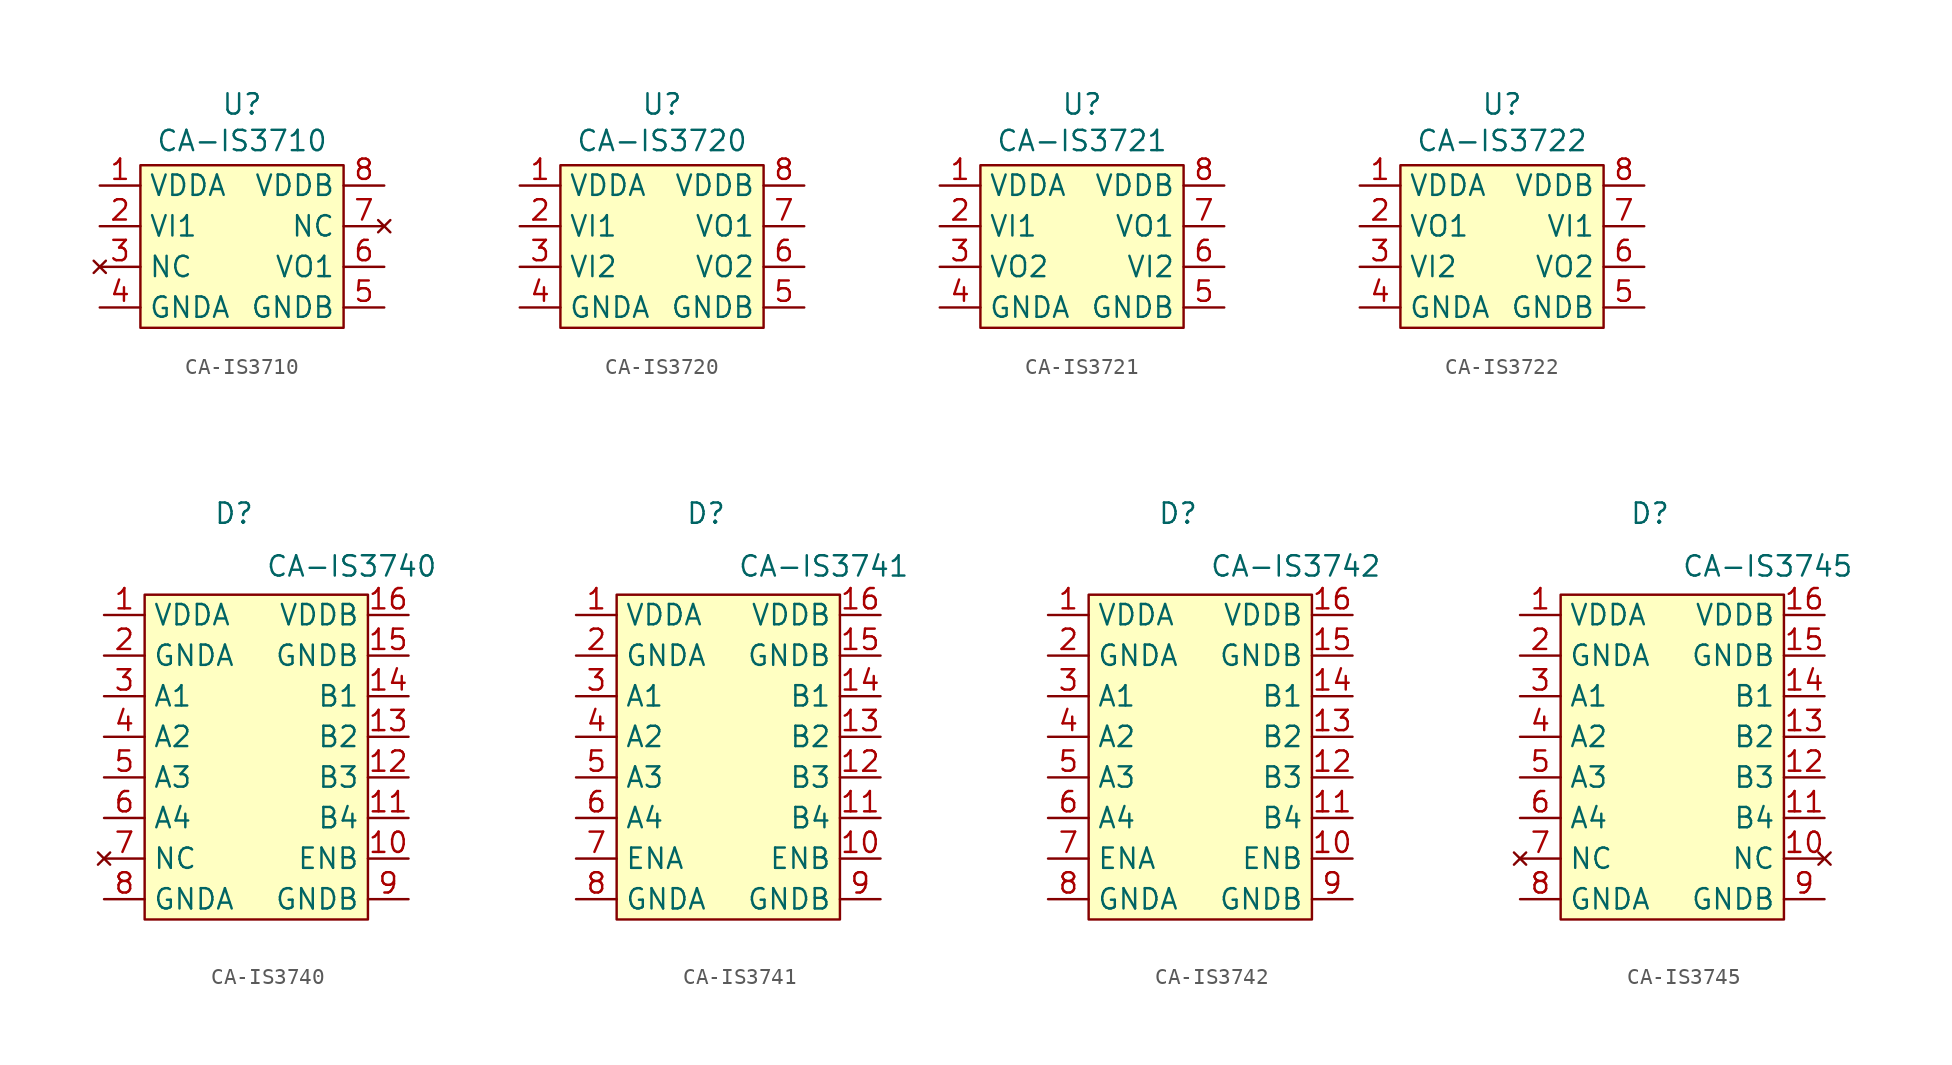
<source format=kicad_sym>
(kicad_symbol_lib
  (version 20231120)
  (generator "kicad_symbol_editor")
  (generator_version "8.0")
  (symbol "CA-IS3710"
    (property "Reference" "U"
      (at 0 8.89 0)
      (effects (font (size 1.27 1.27))))
    (property "Value" "CA-IS3710"
      (at 0 6.604 0)
      (effects (font (size 1.27 1.27))))
    (symbol "CA-IS3710_0_0"
      (pin power_in line (at -8.89 3.81 0) (length 2.54) (name "VDDA" (effects (font (size 1.27 1.27)))) (number "1" (effects (font (size 1.27 1.27)))))
      (pin input line (at -8.89 1.27 0) (length 2.54) (name "VI1" (effects (font (size 1.27 1.27)))) (number "2" (effects (font (size 1.27 1.27)))))
      (pin no_connect line (at -8.89 -1.27 0) (length 2.54) (name "NC" (effects (font (size 1.27 1.27)))) (number "3" (effects (font (size 1.27 1.27)))))
      (pin power_in line (at -8.89 -3.81 0) (length 2.54) (name "GNDA" (effects (font (size 1.27 1.27)))) (number "4" (effects (font (size 1.27 1.27)))))
      (pin power_in line (at 8.89 -3.81 180) (length 2.54) (name "GNDB" (effects (font (size 1.27 1.27)))) (number "5" (effects (font (size 1.27 1.27)))))
      (pin output line (at 8.89 -1.27 180) (length 2.54) (name "VO1" (effects (font (size 1.27 1.27)))) (number "6" (effects (font (size 1.27 1.27)))))
      (pin no_connect line (at 8.89 1.27 180) (length 2.54) (name "NC" (effects (font (size 1.27 1.27)))) (number "7" (effects (font (size 1.27 1.27)))))
      (pin power_in line (at 8.89 3.81 180) (length 2.54) (name "VDDB" (effects (font (size 1.27 1.27)))) (number "8" (effects (font (size 1.27 1.27))))))
    (symbol "CA-IS3710_1_1"
      (rectangle (start -6.35 5.08) (end 6.35 -5.08) (stroke (width 0) (type default)) (fill (type background)))))
  (symbol "CA-IS3720"
    (property "Reference" "U"
      (at 0 8.89 0)
      (effects (font (size 1.27 1.27))))
    (property "Value" "CA-IS3720"
      (at 0 6.604 0)
      (effects (font (size 1.27 1.27))))
    (symbol "CA-IS3720_0_0"
      (pin power_in line (at -8.89 3.81 0) (length 2.54) (name "VDDA" (effects (font (size 1.27 1.27)))) (number "1" (effects (font (size 1.27 1.27)))))
      (pin input line (at -8.89 1.27 0) (length 2.54) (name "VI1" (effects (font (size 1.27 1.27)))) (number "2" (effects (font (size 1.27 1.27)))))
      (pin power_in line (at -8.89 -3.81 0) (length 2.54) (name "GNDA" (effects (font (size 1.27 1.27)))) (number "4" (effects (font (size 1.27 1.27)))))
      (pin power_in line (at 8.89 -3.81 180) (length 2.54) (name "GNDB" (effects (font (size 1.27 1.27)))) (number "5" (effects (font (size 1.27 1.27)))))
      (pin power_in line (at 8.89 3.81 180) (length 2.54) (name "VDDB" (effects (font (size 1.27 1.27)))) (number "8" (effects (font (size 1.27 1.27))))))
    (symbol "CA-IS3720_1_0"
      (pin input line (at -8.89 -1.27 0) (length 2.54) (name "VI2" (effects (font (size 1.27 1.27)))) (number "3" (effects (font (size 1.27 1.27)))))
      (pin output line (at 8.89 -1.27 180) (length 2.54) (name "VO2" (effects (font (size 1.27 1.27)))) (number "6" (effects (font (size 1.27 1.27)))))
      (pin output line (at 8.89 1.27 180) (length 2.54) (name "VO1" (effects (font (size 1.27 1.27)))) (number "7" (effects (font (size 1.27 1.27))))))
    (symbol "CA-IS3720_1_1"
      (rectangle (start -6.35 5.08) (end 6.35 -5.08) (stroke (width 0) (type default)) (fill (type background)))))
  (symbol "CA-IS3721"
    (property "Reference" "U"
      (at 0 8.89 0)
      (effects (font (size 1.27 1.27))))
    (property "Value" "CA-IS3721"
      (at 0 6.604 0)
      (effects (font (size 1.27 1.27))))
    (symbol "CA-IS3721_0_0"
      (pin power_in line (at -8.89 3.81 0) (length 2.54) (name "VDDA" (effects (font (size 1.27 1.27)))) (number "1" (effects (font (size 1.27 1.27)))))
      (pin input line (at -8.89 1.27 0) (length 2.54) (name "VI1" (effects (font (size 1.27 1.27)))) (number "2" (effects (font (size 1.27 1.27)))))
      (pin power_in line (at -8.89 -3.81 0) (length 2.54) (name "GNDA" (effects (font (size 1.27 1.27)))) (number "4" (effects (font (size 1.27 1.27)))))
      (pin power_in line (at 8.89 -3.81 180) (length 2.54) (name "GNDB" (effects (font (size 1.27 1.27)))) (number "5" (effects (font (size 1.27 1.27)))))
      (pin power_in line (at 8.89 3.81 180) (length 2.54) (name "VDDB" (effects (font (size 1.27 1.27)))) (number "8" (effects (font (size 1.27 1.27))))))
    (symbol "CA-IS3721_1_0"
      (pin input line (at -8.89 -1.27 0) (length 2.54) (name "VO2" (effects (font (size 1.27 1.27)))) (number "3" (effects (font (size 1.27 1.27)))))
      (pin output line (at 8.89 -1.27 180) (length 2.54) (name "VI2" (effects (font (size 1.27 1.27)))) (number "6" (effects (font (size 1.27 1.27)))))
      (pin output line (at 8.89 1.27 180) (length 2.54) (name "VO1" (effects (font (size 1.27 1.27)))) (number "7" (effects (font (size 1.27 1.27))))))
    (symbol "CA-IS3721_1_1"
      (rectangle (start -6.35 5.08) (end 6.35 -5.08) (stroke (width 0) (type default)) (fill (type background)))))
  (symbol "CA-IS3722"
    (property "Reference" "U"
      (at 0 8.89 0)
      (effects (font (size 1.27 1.27))))
    (property "Value" "CA-IS3722"
      (at 0 6.604 0)
      (effects (font (size 1.27 1.27))))
    (symbol "CA-IS3722_0_0"
      (pin power_in line (at -8.89 3.81 0) (length 2.54) (name "VDDA" (effects (font (size 1.27 1.27)))) (number "1" (effects (font (size 1.27 1.27)))))
      (pin power_in line (at -8.89 -3.81 0) (length 2.54) (name "GNDA" (effects (font (size 1.27 1.27)))) (number "4" (effects (font (size 1.27 1.27)))))
      (pin power_in line (at 8.89 -3.81 180) (length 2.54) (name "GNDB" (effects (font (size 1.27 1.27)))) (number "5" (effects (font (size 1.27 1.27)))))
      (pin power_in line (at 8.89 3.81 180) (length 2.54) (name "VDDB" (effects (font (size 1.27 1.27)))) (number "8" (effects (font (size 1.27 1.27))))))
    (symbol "CA-IS3722_1_0"
      (pin input line (at -8.89 1.27 0) (length 2.54) (name "VO1" (effects (font (size 1.27 1.27)))) (number "2" (effects (font (size 1.27 1.27)))))
      (pin input line (at -8.89 -1.27 0) (length 2.54) (name "VI2" (effects (font (size 1.27 1.27)))) (number "3" (effects (font (size 1.27 1.27)))))
      (pin output line (at 8.89 -1.27 180) (length 2.54) (name "VO2" (effects (font (size 1.27 1.27)))) (number "6" (effects (font (size 1.27 1.27)))))
      (pin output line (at 8.89 1.27 180) (length 2.54) (name "VI1" (effects (font (size 1.27 1.27)))) (number "7" (effects (font (size 1.27 1.27))))))
    (symbol "CA-IS3722_1_1"
      (rectangle (start -6.35 5.08) (end 6.35 -5.08) (stroke (width 0) (type default)) (fill (type background)))))
  (symbol "CA-IS3740"
    (property "Reference" "D"
      (at -0.762 13.97 0)
      (effects (font (size 1.27 1.27))))
    (property "Value" "CA-IS3740"
      (at 6.604 10.668 0)
      (effects (font (size 1.27 1.27))))
    (symbol "CA-IS3740_0_0"
      (pin power_in line (at -8.89 7.62 0) (length 2.54) (name "VDDA" (effects (font (size 1.27 1.27)))) (number "1" (effects (font (size 1.27 1.27)))))
      (pin input line (at 10.16 -7.62 180) (length 2.54) (name "ENB" (effects (font (size 1.27 1.27)))) (number "10" (effects (font (size 1.27 1.27)))))
      (pin output line (at 10.16 -5.08 180) (length 2.54) (name "B4" (effects (font (size 1.27 1.27)))) (number "11" (effects (font (size 1.27 1.27)))))
      (pin output line (at 10.16 -2.54 180) (length 2.54) (name "B3" (effects (font (size 1.27 1.27)))) (number "12" (effects (font (size 1.27 1.27)))))
      (pin output line (at 10.16 0 180) (length 2.54) (name "B2" (effects (font (size 1.27 1.27)))) (number "13" (effects (font (size 1.27 1.27)))))
      (pin output line (at 10.16 2.54 180) (length 2.54) (name "B1" (effects (font (size 1.27 1.27)))) (number "14" (effects (font (size 1.27 1.27)))))
      (pin power_in line (at 10.16 5.08 180) (length 2.54) (name "GNDB" (effects (font (size 1.27 1.27)))) (number "15" (effects (font (size 1.27 1.27)))))
      (pin power_in line (at 10.16 7.62 180) (length 2.54) (name "VDDB" (effects (font (size 1.27 1.27)))) (number "16" (effects (font (size 1.27 1.27)))))
      (pin power_in line (at -8.89 5.08 0) (length 2.54) (name "GNDA" (effects (font (size 1.27 1.27)))) (number "2" (effects (font (size 1.27 1.27)))))
      (pin input line (at -8.89 2.54 0) (length 2.54) (name "A1" (effects (font (size 1.27 1.27)))) (number "3" (effects (font (size 1.27 1.27)))))
      (pin input line (at -8.89 0 0) (length 2.54) (name "A2" (effects (font (size 1.27 1.27)))) (number "4" (effects (font (size 1.27 1.27)))))
      (pin input line (at -8.89 -2.54 0) (length 2.54) (name "A3" (effects (font (size 1.27 1.27)))) (number "5" (effects (font (size 1.27 1.27)))))
      (pin input line (at -8.89 -5.08 0) (length 2.54) (name "A4" (effects (font (size 1.27 1.27)))) (number "6" (effects (font (size 1.27 1.27)))))
      (pin no_connect line (at -8.89 -7.62 0) (length 2.54) (name "NC" (effects (font (size 1.27 1.27)))) (number "7" (effects (font (size 1.27 1.27)))))
      (pin power_in line (at -8.89 -10.16 0) (length 2.54) (name "GNDA" (effects (font (size 1.27 1.27)))) (number "8" (effects (font (size 1.27 1.27)))))
      (pin power_in line (at 10.16 -10.16 180) (length 2.54) (name "GNDB" (effects (font (size 1.27 1.27)))) (number "9" (effects (font (size 1.27 1.27))))))
    (symbol "CA-IS3740_1_1"
      (rectangle (start -6.35 8.89) (end 7.62 -11.43) (stroke (width 0) (type default)) (fill (type background)))))
  (symbol "CA-IS3741"
    (property "Reference" "D"
      (at -0.762 13.97 0)
      (effects (font (size 1.27 1.27))))
    (property "Value" "CA-IS3741"
      (at 6.604 10.668 0)
      (effects (font (size 1.27 1.27))))
    (symbol "CA-IS3741_0_0"
      (pin power_in line (at -8.89 7.62 0) (length 2.54) (name "VDDA" (effects (font (size 1.27 1.27)))) (number "1" (effects (font (size 1.27 1.27)))))
      (pin input line (at 10.16 -7.62 180) (length 2.54) (name "ENB" (effects (font (size 1.27 1.27)))) (number "10" (effects (font (size 1.27 1.27)))))
      (pin output line (at 10.16 -2.54 180) (length 2.54) (name "B3" (effects (font (size 1.27 1.27)))) (number "12" (effects (font (size 1.27 1.27)))))
      (pin output line (at 10.16 0 180) (length 2.54) (name "B2" (effects (font (size 1.27 1.27)))) (number "13" (effects (font (size 1.27 1.27)))))
      (pin output line (at 10.16 2.54 180) (length 2.54) (name "B1" (effects (font (size 1.27 1.27)))) (number "14" (effects (font (size 1.27 1.27)))))
      (pin power_in line (at 10.16 5.08 180) (length 2.54) (name "GNDB" (effects (font (size 1.27 1.27)))) (number "15" (effects (font (size 1.27 1.27)))))
      (pin power_in line (at 10.16 7.62 180) (length 2.54) (name "VDDB" (effects (font (size 1.27 1.27)))) (number "16" (effects (font (size 1.27 1.27)))))
      (pin power_in line (at -8.89 5.08 0) (length 2.54) (name "GNDA" (effects (font (size 1.27 1.27)))) (number "2" (effects (font (size 1.27 1.27)))))
      (pin input line (at -8.89 2.54 0) (length 2.54) (name "A1" (effects (font (size 1.27 1.27)))) (number "3" (effects (font (size 1.27 1.27)))))
      (pin input line (at -8.89 0 0) (length 2.54) (name "A2" (effects (font (size 1.27 1.27)))) (number "4" (effects (font (size 1.27 1.27)))))
      (pin input line (at -8.89 -2.54 0) (length 2.54) (name "A3" (effects (font (size 1.27 1.27)))) (number "5" (effects (font (size 1.27 1.27)))))
      (pin power_in line (at -8.89 -10.16 0) (length 2.54) (name "GNDA" (effects (font (size 1.27 1.27)))) (number "8" (effects (font (size 1.27 1.27)))))
      (pin power_in line (at 10.16 -10.16 180) (length 2.54) (name "GNDB" (effects (font (size 1.27 1.27)))) (number "9" (effects (font (size 1.27 1.27))))))
    (symbol "CA-IS3741_1_0"
      (pin input line (at 10.16 -5.08 180) (length 2.54) (name "B4" (effects (font (size 1.27 1.27)))) (number "11" (effects (font (size 1.27 1.27)))))
      (pin output line (at -8.89 -5.08 0) (length 2.54) (name "A4" (effects (font (size 1.27 1.27)))) (number "6" (effects (font (size 1.27 1.27)))))
      (pin input line (at -8.89 -7.62 0) (length 2.54) (name "ENA" (effects (font (size 1.27 1.27)))) (number "7" (effects (font (size 1.27 1.27))))))
    (symbol "CA-IS3741_1_1"
      (rectangle (start -6.35 8.89) (end 7.62 -11.43) (stroke (width 0) (type default)) (fill (type background)))))
  (symbol "CA-IS3742"
    (property "Reference" "D"
      (at -0.762 13.97 0)
      (effects (font (size 1.27 1.27))))
    (property "Value" "CA-IS3742"
      (at 6.604 10.668 0)
      (effects (font (size 1.27 1.27))))
    (symbol "CA-IS3742_0_0"
      (pin power_in line (at -8.89 7.62 0) (length 2.54) (name "VDDA" (effects (font (size 1.27 1.27)))) (number "1" (effects (font (size 1.27 1.27)))))
      (pin input line (at 10.16 -7.62 180) (length 2.54) (name "ENB" (effects (font (size 1.27 1.27)))) (number "10" (effects (font (size 1.27 1.27)))))
      (pin output line (at 10.16 0 180) (length 2.54) (name "B2" (effects (font (size 1.27 1.27)))) (number "13" (effects (font (size 1.27 1.27)))))
      (pin output line (at 10.16 2.54 180) (length 2.54) (name "B1" (effects (font (size 1.27 1.27)))) (number "14" (effects (font (size 1.27 1.27)))))
      (pin power_in line (at 10.16 5.08 180) (length 2.54) (name "GNDB" (effects (font (size 1.27 1.27)))) (number "15" (effects (font (size 1.27 1.27)))))
      (pin power_in line (at 10.16 7.62 180) (length 2.54) (name "VDDB" (effects (font (size 1.27 1.27)))) (number "16" (effects (font (size 1.27 1.27)))))
      (pin power_in line (at -8.89 5.08 0) (length 2.54) (name "GNDA" (effects (font (size 1.27 1.27)))) (number "2" (effects (font (size 1.27 1.27)))))
      (pin input line (at -8.89 2.54 0) (length 2.54) (name "A1" (effects (font (size 1.27 1.27)))) (number "3" (effects (font (size 1.27 1.27)))))
      (pin input line (at -8.89 0 0) (length 2.54) (name "A2" (effects (font (size 1.27 1.27)))) (number "4" (effects (font (size 1.27 1.27)))))
      (pin power_in line (at -8.89 -10.16 0) (length 2.54) (name "GNDA" (effects (font (size 1.27 1.27)))) (number "8" (effects (font (size 1.27 1.27)))))
      (pin power_in line (at 10.16 -10.16 180) (length 2.54) (name "GNDB" (effects (font (size 1.27 1.27)))) (number "9" (effects (font (size 1.27 1.27))))))
    (symbol "CA-IS3742_1_0"
      (pin input line (at 10.16 -5.08 180) (length 2.54) (name "B4" (effects (font (size 1.27 1.27)))) (number "11" (effects (font (size 1.27 1.27)))))
      (pin input line (at 10.16 -2.54 180) (length 2.54) (name "B3" (effects (font (size 1.27 1.27)))) (number "12" (effects (font (size 1.27 1.27)))))
      (pin output line (at -8.89 -2.54 0) (length 2.54) (name "A3" (effects (font (size 1.27 1.27)))) (number "5" (effects (font (size 1.27 1.27)))))
      (pin output line (at -8.89 -5.08 0) (length 2.54) (name "A4" (effects (font (size 1.27 1.27)))) (number "6" (effects (font (size 1.27 1.27)))))
      (pin input line (at -8.89 -7.62 0) (length 2.54) (name "ENA" (effects (font (size 1.27 1.27)))) (number "7" (effects (font (size 1.27 1.27))))))
    (symbol "CA-IS3742_1_1"
      (rectangle (start -6.35 8.89) (end 7.62 -11.43) (stroke (width 0) (type default)) (fill (type background)))))
  (symbol "CA-IS3745"
    (property "Reference" "D"
      (at -0.762 13.97 0)
      (effects (font (size 1.27 1.27))))
    (property "Value" "CA-IS3745"
      (at 6.604 10.668 0)
      (effects (font (size 1.27 1.27))))
    (symbol "CA-IS3745_0_0"
      (pin power_in line (at -8.89 7.62 0) (length 2.54) (name "VDDA" (effects (font (size 1.27 1.27)))) (number "1" (effects (font (size 1.27 1.27)))))
      (pin output line (at 10.16 0 180) (length 2.54) (name "B2" (effects (font (size 1.27 1.27)))) (number "13" (effects (font (size 1.27 1.27)))))
      (pin output line (at 10.16 2.54 180) (length 2.54) (name "B1" (effects (font (size 1.27 1.27)))) (number "14" (effects (font (size 1.27 1.27)))))
      (pin power_in line (at 10.16 5.08 180) (length 2.54) (name "GNDB" (effects (font (size 1.27 1.27)))) (number "15" (effects (font (size 1.27 1.27)))))
      (pin power_in line (at 10.16 7.62 180) (length 2.54) (name "VDDB" (effects (font (size 1.27 1.27)))) (number "16" (effects (font (size 1.27 1.27)))))
      (pin power_in line (at -8.89 5.08 0) (length 2.54) (name "GNDA" (effects (font (size 1.27 1.27)))) (number "2" (effects (font (size 1.27 1.27)))))
      (pin input line (at -8.89 2.54 0) (length 2.54) (name "A1" (effects (font (size 1.27 1.27)))) (number "3" (effects (font (size 1.27 1.27)))))
      (pin input line (at -8.89 0 0) (length 2.54) (name "A2" (effects (font (size 1.27 1.27)))) (number "4" (effects (font (size 1.27 1.27)))))
      (pin no_connect line (at -8.89 -7.62 0) (length 2.54) (name "NC" (effects (font (size 1.27 1.27)))) (number "7" (effects (font (size 1.27 1.27)))))
      (pin power_in line (at -8.89 -10.16 0) (length 2.54) (name "GNDA" (effects (font (size 1.27 1.27)))) (number "8" (effects (font (size 1.27 1.27)))))
      (pin power_in line (at 10.16 -10.16 180) (length 2.54) (name "GNDB" (effects (font (size 1.27 1.27)))) (number "9" (effects (font (size 1.27 1.27))))))
    (symbol "CA-IS3745_1_0"
      (pin no_connect line (at 10.16 -7.62 180) (length 2.54) (name "NC" (effects (font (size 1.27 1.27)))) (number "10" (effects (font (size 1.27 1.27)))))
      (pin output line (at 10.16 -5.08 180) (length 2.54) (name "B4" (effects (font (size 1.27 1.27)))) (number "11" (effects (font (size 1.27 1.27)))))
      (pin output line (at 10.16 -2.54 180) (length 2.54) (name "B3" (effects (font (size 1.27 1.27)))) (number "12" (effects (font (size 1.27 1.27)))))
      (pin input line (at -8.89 -2.54 0) (length 2.54) (name "A3" (effects (font (size 1.27 1.27)))) (number "5" (effects (font (size 1.27 1.27)))))
      (pin input line (at -8.89 -5.08 0) (length 2.54) (name "A4" (effects (font (size 1.27 1.27)))) (number "6" (effects (font (size 1.27 1.27))))))
    (symbol "CA-IS3745_1_1"
      (rectangle (start -6.35 8.89) (end 7.62 -11.43) (stroke (width 0) (type default)) (fill (type background))))))
</source>
